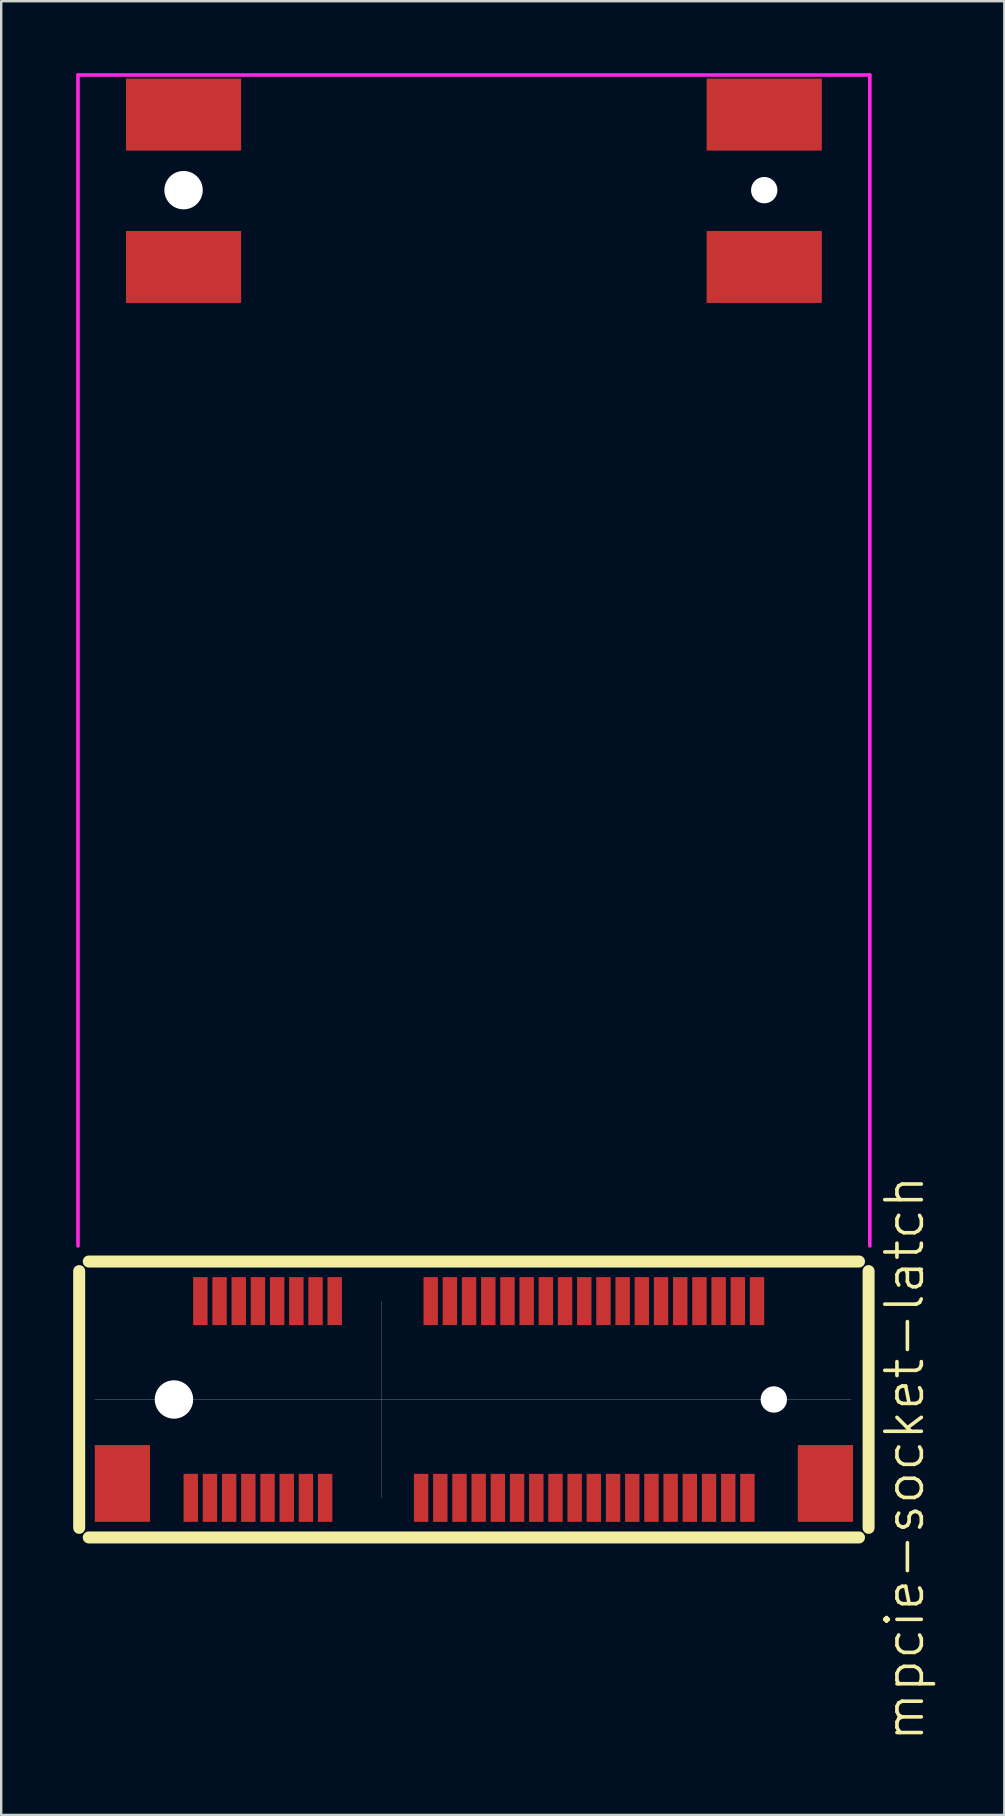
<source format=kicad_pcb>
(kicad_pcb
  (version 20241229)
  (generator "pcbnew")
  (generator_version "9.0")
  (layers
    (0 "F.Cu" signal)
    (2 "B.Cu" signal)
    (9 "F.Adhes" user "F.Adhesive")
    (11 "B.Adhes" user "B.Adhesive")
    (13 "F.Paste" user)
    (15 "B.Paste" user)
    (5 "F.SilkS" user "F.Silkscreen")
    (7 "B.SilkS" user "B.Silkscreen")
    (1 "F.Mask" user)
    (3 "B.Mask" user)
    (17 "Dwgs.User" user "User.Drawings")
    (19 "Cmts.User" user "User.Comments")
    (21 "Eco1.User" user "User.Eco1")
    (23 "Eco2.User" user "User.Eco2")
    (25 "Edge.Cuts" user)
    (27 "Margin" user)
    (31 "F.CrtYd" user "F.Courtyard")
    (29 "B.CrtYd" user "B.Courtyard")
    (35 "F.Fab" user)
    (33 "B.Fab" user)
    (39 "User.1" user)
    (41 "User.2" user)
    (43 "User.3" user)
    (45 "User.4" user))
  (footprint "mpcie-socket-latch"
    (layer "F.Cu")
    (at 4.2 55.275)
    (property "Reference" "mpcie-socket-latch" (at 30.45 2.45 90) (layer "F.SilkS") (effects (font (size 1.524 1.524) (thickness 0.15))))
    (attr through_hole)
    (fp_line (start -3.95 -5.35) (end -3.95 5.35) (stroke (width 0.5) (type solid)) (layer "F.SilkS"))
    (fp_line (start -3.55 5.75) (end 28.55 5.75) (stroke (width 0.5) (type solid)) (layer "F.SilkS"))
    (fp_line (start 28.55 -5.75) (end -3.55 -5.75) (stroke (width 0.5) (type solid)) (layer "F.SilkS"))
    (fp_line (start 28.95 5.35) (end 28.95 -5.35) (stroke (width 0.5) (type solid)) (layer "F.SilkS"))
    (fp_line (start -3.3 0) (end 28.225 0) (stroke (width 0.01) (type solid)) (layer "Dwgs.User"))
    (fp_line (start 8.65 4.1) (end 8.65 -4.1) (stroke (width 0.01) (type solid)) (layer "Dwgs.User"))
    (fp_line (start -4 -6.4) (end -4 -55.2) (stroke (width 0.15) (type solid)) (layer "F.CrtYd"))
    (fp_line (start 29 -55.2) (end -4 -55.2) (stroke (width 0.15) (type solid)) (layer "F.CrtYd"))
    (fp_line (start 29 -6.4) (end 29 -55.2) (stroke (width 0.15) (type solid)) (layer "F.CrtYd"))
    (pad "" smd rect (at -2.15 3.5) (size 2.3 3.2) (layers "F.Cu" "F.Mask" "F.Paste"))
    (pad "" np_thru_hole circle (at 0 0) (size 1.6 1.6) (drill 1.6) (layers "*.Cu" "*.Mask"))
    (pad "" smd rect (at 0.4 -53.55) (size 4.8 3) (layers "F.Cu" "F.Mask" "F.Paste"))
    (pad "" np_thru_hole circle (at 0.4 -50.4) (size 1.6 1.6) (drill 1.6) (layers "*.Cu" "*.Mask"))
    (pad "" smd rect (at 0.4 -47.2) (size 4.8 3) (layers "F.Cu" "F.Mask" "F.Paste"))
    (pad "" smd rect (at 24.6 -53.55) (size 4.8 3) (layers "F.Cu" "F.Mask" "F.Paste"))
    (pad "" np_thru_hole circle (at 24.6 -50.4) (size 1.1 1.1) (drill 1.1) (layers "*.Cu" "*.Mask"))
    (pad "" smd rect (at 24.6 -47.2) (size 4.8 3) (layers "F.Cu" "F.Mask" "F.Paste"))
    (pad "" np_thru_hole circle (at 25 0) (size 1.1 1.1) (drill 1.1) (layers "*.Cu" "*.Mask"))
    (pad "" smd rect (at 27.15 3.5) (size 2.3 3.2) (layers "F.Cu" "F.Mask" "F.Paste"))
    (pad "1" smd rect (at 0.7 4.1) (size 0.6 2) (layers "F.Cu" "F.Mask" "F.Paste"))
    (pad "2" smd rect (at 1.1 -4.1) (size 0.6 2) (layers "F.Cu" "F.Mask" "F.Paste"))
    (pad "3" smd rect (at 1.5 4.1) (size 0.6 2) (layers "F.Cu" "F.Mask" "F.Paste"))
    (pad "4" smd rect (at 1.9 -4.1) (size 0.6 2) (layers "F.Cu" "F.Mask" "F.Paste"))
    (pad "5" smd rect (at 2.3 4.1) (size 0.6 2) (layers "F.Cu" "F.Mask" "F.Paste"))
    (pad "6" smd rect (at 2.7 -4.1) (size 0.6 2) (layers "F.Cu" "F.Mask" "F.Paste"))
    (pad "7" smd rect (at 3.1 4.1) (size 0.6 2) (layers "F.Cu" "F.Mask" "F.Paste"))
    (pad "8" smd rect (at 3.5 -4.1) (size 0.6 2) (layers "F.Cu" "F.Mask" "F.Paste"))
    (pad "9" smd rect (at 3.9 4.1) (size 0.6 2) (layers "F.Cu" "F.Mask" "F.Paste"))
    (pad "10" smd rect (at 4.3 -4.1) (size 0.6 2) (layers "F.Cu" "F.Mask" "F.Paste"))
    (pad "11" smd rect (at 4.7 4.1) (size 0.6 2) (layers "F.Cu" "F.Mask" "F.Paste"))
    (pad "12" smd rect (at 5.1 -4.1) (size 0.6 2) (layers "F.Cu" "F.Mask" "F.Paste"))
    (pad "13" smd rect (at 5.5 4.1) (size 0.6 2) (layers "F.Cu" "F.Mask" "F.Paste"))
    (pad "14" smd rect (at 5.9 -4.1) (size 0.6 2) (layers "F.Cu" "F.Mask" "F.Paste"))
    (pad "15" smd rect (at 6.3 4.1) (size 0.6 2) (layers "F.Cu" "F.Mask" "F.Paste"))
    (pad "16" smd rect (at 6.7 -4.1) (size 0.6 2) (layers "F.Cu" "F.Mask" "F.Paste"))
    (pad "17" smd rect (at 10.3 4.1) (size 0.6 2) (layers "F.Cu" "F.Mask" "F.Paste"))
    (pad "18" smd rect (at 10.7 -4.1) (size 0.6 2) (layers "F.Cu" "F.Mask" "F.Paste"))
    (pad "19" smd rect (at 11.1 4.1) (size 0.6 2) (layers "F.Cu" "F.Mask" "F.Paste"))
    (pad "20" smd rect (at 11.5 -4.1) (size 0.6 2) (layers "F.Cu" "F.Mask" "F.Paste"))
    (pad "21" smd rect (at 11.9 4.1) (size 0.6 2) (layers "F.Cu" "F.Mask" "F.Paste"))
    (pad "22" smd rect (at 12.3 -4.1) (size 0.6 2) (layers "F.Cu" "F.Mask" "F.Paste"))
    (pad "23" smd rect (at 12.7 4.1) (size 0.6 2) (layers "F.Cu" "F.Mask" "F.Paste"))
    (pad "24" smd rect (at 13.1 -4.1) (size 0.6 2) (layers "F.Cu" "F.Mask" "F.Paste"))
    (pad "25" smd rect (at 13.5 4.1) (size 0.6 2) (layers "F.Cu" "F.Mask" "F.Paste"))
    (pad "26" smd rect (at 13.9 -4.1) (size 0.6 2) (layers "F.Cu" "F.Mask" "F.Paste"))
    (pad "27" smd rect (at 14.3 4.1) (size 0.6 2) (layers "F.Cu" "F.Mask" "F.Paste"))
    (pad "28" smd rect (at 14.7 -4.1) (size 0.6 2) (layers "F.Cu" "F.Mask" "F.Paste"))
    (pad "29" smd rect (at 15.1 4.1) (size 0.6 2) (layers "F.Cu" "F.Mask" "F.Paste"))
    (pad "30" smd rect (at 15.5 -4.1) (size 0.6 2) (layers "F.Cu" "F.Mask" "F.Paste"))
    (pad "31" smd rect (at 15.9 4.1) (size 0.6 2) (layers "F.Cu" "F.Mask" "F.Paste"))
    (pad "32" smd rect (at 16.3 -4.1) (size 0.6 2) (layers "F.Cu" "F.Mask" "F.Paste"))
    (pad "33" smd rect (at 16.7 4.1) (size 0.6 2) (layers "F.Cu" "F.Mask" "F.Paste"))
    (pad "34" smd rect (at 17.1 -4.1) (size 0.6 2) (layers "F.Cu" "F.Mask" "F.Paste"))
    (pad "35" smd rect (at 17.5 4.1) (size 0.6 2) (layers "F.Cu" "F.Mask" "F.Paste"))
    (pad "36" smd rect (at 17.9 -4.1) (size 0.6 2) (layers "F.Cu" "F.Mask" "F.Paste"))
    (pad "37" smd rect (at 18.3 4.1) (size 0.6 2) (layers "F.Cu" "F.Mask" "F.Paste"))
    (pad "38" smd rect (at 18.7 -4.1) (size 0.6 2) (layers "F.Cu" "F.Mask" "F.Paste"))
    (pad "39" smd rect (at 19.1 4.1) (size 0.6 2) (layers "F.Cu" "F.Mask" "F.Paste"))
    (pad "40" smd rect (at 19.5 -4.1) (size 0.6 2) (layers "F.Cu" "F.Mask" "F.Paste"))
    (pad "41" smd rect (at 19.9 4.1) (size 0.6 2) (layers "F.Cu" "F.Mask" "F.Paste"))
    (pad "42" smd rect (at 20.3 -4.1) (size 0.6 2) (layers "F.Cu" "F.Mask" "F.Paste"))
    (pad "43" smd rect (at 20.7 4.1) (size 0.6 2) (layers "F.Cu" "F.Mask" "F.Paste"))
    (pad "44" smd rect (at 21.1 -4.1) (size 0.6 2) (layers "F.Cu" "F.Mask" "F.Paste"))
    (pad "45" smd rect (at 21.5 4.1) (size 0.6 2) (layers "F.Cu" "F.Mask" "F.Paste"))
    (pad "46" smd rect (at 21.9 -4.1) (size 0.6 2) (layers "F.Cu" "F.Mask" "F.Paste"))
    (pad "47" smd rect (at 22.3 4.1) (size 0.6 2) (layers "F.Cu" "F.Mask" "F.Paste"))
    (pad "48" smd rect (at 22.7 -4.1) (size 0.6 2) (layers "F.Cu" "F.Mask" "F.Paste"))
    (pad "49" smd rect (at 23.1 4.1) (size 0.6 2) (layers "F.Cu" "F.Mask" "F.Paste"))
    (pad "50" smd rect (at 23.5 -4.1) (size 0.6 2) (layers "F.Cu" "F.Mask" "F.Paste"))
    (pad "51" smd rect (at 23.9 4.1) (size 0.6 2) (layers "F.Cu" "F.Mask" "F.Paste"))
    (pad "52" smd rect (at 24.3 -4.1) (size 0.6 2) (layers "F.Cu" "F.Mask" "F.Paste")))
  (gr_rect
    (start -3 -3)
    (end 38.805 72.59)
    (stroke (width 0.1) (type default))
    (fill no)
    (layer "Edge.Cuts")))
</source>
